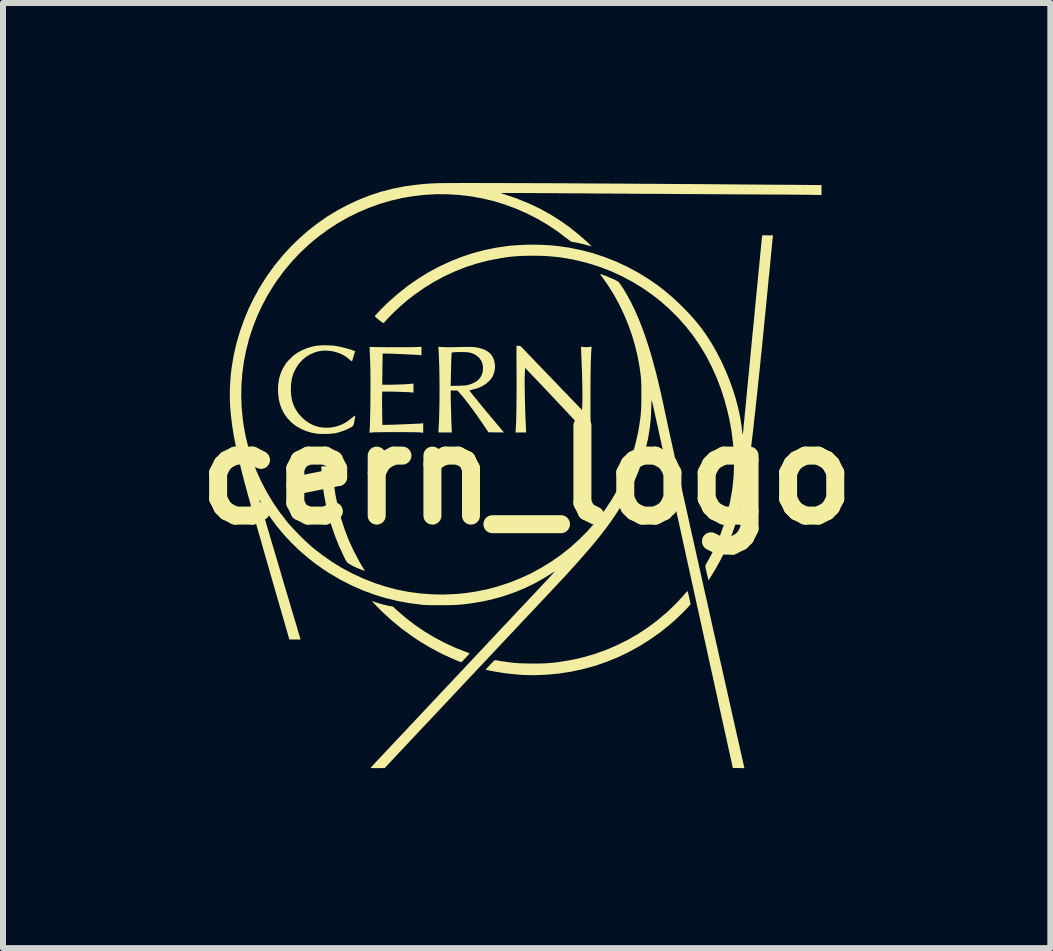
<source format=kicad_pcb>
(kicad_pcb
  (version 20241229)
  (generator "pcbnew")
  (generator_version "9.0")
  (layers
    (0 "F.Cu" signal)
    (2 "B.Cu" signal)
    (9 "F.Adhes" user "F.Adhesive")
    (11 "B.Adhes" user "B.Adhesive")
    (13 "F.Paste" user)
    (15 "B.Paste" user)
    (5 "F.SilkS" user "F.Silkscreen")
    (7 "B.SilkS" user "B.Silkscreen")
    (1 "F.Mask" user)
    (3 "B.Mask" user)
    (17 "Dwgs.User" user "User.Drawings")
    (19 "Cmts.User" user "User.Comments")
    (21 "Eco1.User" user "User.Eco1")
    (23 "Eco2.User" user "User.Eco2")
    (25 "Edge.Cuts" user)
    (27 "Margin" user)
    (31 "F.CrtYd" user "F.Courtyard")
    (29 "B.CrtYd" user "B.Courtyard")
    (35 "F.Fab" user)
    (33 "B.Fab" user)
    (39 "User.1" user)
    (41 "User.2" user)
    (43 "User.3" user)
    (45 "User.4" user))
  (footprint "cern_logo"
    (layer "F.Cu")
    (at 5.729 4.866)
    (property "Reference" "cern_logo" (at 0 0 0) (layer "F.SilkS") (effects (font (size 1.5 1.5) (thickness 0.3))))
    (attr board_only exclude_from_pos_files exclude_from_bom)
    (fp_poly (pts (xy -3.233 -0.066) (xy -3.216 0.132) (xy -3.188 0.329) (xy -3.148 0.525) (xy -3.097 0.718) (xy -3.035 0.908) (xy -2.963 1.094) (xy -2.879 1.275) (xy -2.786 1.45) (xy -2.752 1.509) (xy -2.732 1.542) (xy -2.718 1.565) (xy -2.709 1.581) (xy -2.704 1.591) (xy -2.701 1.597) (xy -2.701 1.599) (xy -2.703 1.599) (xy -2.704 1.599) (xy -2.711 1.597) (xy -2.727 1.591) (xy -2.75 1.582) (xy -2.777 1.572) (xy -2.783 1.569) (xy -2.836 1.547) (xy -2.885 1.524) (xy -2.928 1.502) (xy -2.962 1.482) (xy -2.976 1.472) (xy -2.986 1.464) (xy -2.996 1.453) (xy -3.006 1.437) (xy -3.019 1.416) (xy -3.035 1.386) (xy -3.047 1.361) (xy -3.126 1.191) (xy -3.196 1.016) (xy -3.258 0.836) (xy -3.31 0.653) (xy -3.353 0.468) (xy -3.386 0.284) (xy -3.409 0.1) (xy -3.421 -0.08) (xy -3.421 -0.093) (xy -3.423 -0.144) (xy -3.33 -0.144) (xy -3.237 -0.144)) (stroke (width 0) (type solid)) (fill yes) (layer "F.SilkS"))
    (fp_poly (pts (xy -2.546 2.112) (xy -2.513 2.124) (xy -2.472 2.137) (xy -2.426 2.151) (xy -2.378 2.163) (xy -2.331 2.175) (xy -2.298 2.182) (xy -2.229 2.195) (xy -2.155 2.263) (xy -2.012 2.386) (xy -1.861 2.502) (xy -1.702 2.61) (xy -1.537 2.709) (xy -1.367 2.799) (xy -1.195 2.879) (xy -1.023 2.946) (xy -0.998 2.955) (xy -0.976 2.963) (xy -0.96 2.968) (xy -0.955 2.97) (xy -0.956 2.976) (xy -0.965 2.989) (xy -0.982 3.01) (xy -1.007 3.037) (xy -1.017 3.048) (xy -1.04 3.073) (xy -1.061 3.094) (xy -1.077 3.11) (xy -1.088 3.12) (xy -1.091 3.123) (xy -1.099 3.12) (xy -1.107 3.117) (xy -1.116 3.113) (xy -1.134 3.106) (xy -1.16 3.095) (xy -1.191 3.082) (xy -1.225 3.068) (xy -1.228 3.066) (xy -1.408 2.985) (xy -1.586 2.891) (xy -1.761 2.788) (xy -1.931 2.675) (xy -2.096 2.553) (xy -2.253 2.423) (xy -2.403 2.286) (xy -2.457 2.232) (xy -2.485 2.204) (xy -2.51 2.178) (xy -2.533 2.154) (xy -2.55 2.135) (xy -2.561 2.123) (xy -2.561 2.122) (xy -2.581 2.098)) (stroke (width 0) (type solid)) (fill yes) (layer "F.SilkS"))
    (fp_poly (pts (xy 2.685 1.94) (xy 2.687 1.949) (xy 2.691 1.968) (xy 2.697 1.994) (xy 2.704 2.025) (xy 2.71 2.053) (xy 2.732 2.156) (xy 2.696 2.197) (xy 2.671 2.225) (xy 2.638 2.258) (xy 2.601 2.296) (xy 2.56 2.336) (xy 2.517 2.376) (xy 2.475 2.416) (xy 2.435 2.452) (xy 2.399 2.484) (xy 2.379 2.501) (xy 2.215 2.631) (xy 2.045 2.75) (xy 1.871 2.859) (xy 1.692 2.957) (xy 1.508 3.044) (xy 1.32 3.12) (xy 1.129 3.185) (xy 0.934 3.238) (xy 0.737 3.28) (xy 0.536 3.311) (xy 0.333 3.33) (xy 0.129 3.338) (xy -0.036 3.335) (xy -0.078 3.333) (xy -0.129 3.329) (xy -0.185 3.324) (xy -0.243 3.318) (xy -0.301 3.312) (xy -0.355 3.306) (xy -0.396 3.3) (xy -0.427 3.295) (xy -0.462 3.289) (xy -0.5 3.283) (xy -0.539 3.276) (xy -0.577 3.269) (xy -0.611 3.262) (xy -0.641 3.256) (xy -0.665 3.251) (xy -0.679 3.247) (xy -0.683 3.246) (xy -0.68 3.241) (xy -0.67 3.229) (xy -0.654 3.211) (xy -0.633 3.189) (xy -0.611 3.165) (xy -0.585 3.137) (xy -0.565 3.117) (xy -0.551 3.103) (xy -0.54 3.094) (xy -0.532 3.09) (xy -0.525 3.088) (xy -0.517 3.089) (xy -0.516 3.089) (xy -0.503 3.091) (xy -0.48 3.095) (xy -0.452 3.099) (xy -0.419 3.105) (xy -0.401 3.107) (xy -0.33 3.118) (xy -0.264 3.127) (xy -0.199 3.133) (xy -0.133 3.138) (xy -0.064 3.141) (xy 0.012 3.143) (xy 0.096 3.144) (xy 0.173 3.144) (xy 0.24 3.143) (xy 0.301 3.141) (xy 0.358 3.137) (xy 0.414 3.133) (xy 0.472 3.127) (xy 0.533 3.119) (xy 0.568 3.114) (xy 0.763 3.081) (xy 0.956 3.036) (xy 1.145 2.98) (xy 1.329 2.914) (xy 1.51 2.836) (xy 1.685 2.749) (xy 1.855 2.651) (xy 2.018 2.543) (xy 2.175 2.426) (xy 2.326 2.3) (xy 2.468 2.165) (xy 2.603 2.021) (xy 2.626 1.994) (xy 2.65 1.967) (xy 2.666 1.95) (xy 2.677 1.94) (xy 2.683 1.938)) (stroke (width 0) (type solid)) (fill yes) (layer "F.SilkS"))
    (fp_poly (pts (xy -0.137 -2.151) (xy -0.118 -2.151) (xy -0.106 -2.148) (xy -0.095 -2.14) (xy -0.081 -2.126) (xy -0.078 -2.123) (xy -0.07 -2.114) (xy -0.054 -2.098) (xy -0.031 -2.074) (xy -0.002 -2.043) (xy 0.033 -2.007) (xy 0.073 -1.965) (xy 0.117 -1.919) (xy 0.165 -1.869) (xy 0.216 -1.816) (xy 0.27 -1.76) (xy 0.315 -1.713) (xy 0.373 -1.653) (xy 0.431 -1.593) (xy 0.488 -1.534) (xy 0.543 -1.476) (xy 0.596 -1.421) (xy 0.645 -1.37) (xy 0.691 -1.323) (xy 0.73 -1.281) (xy 0.764 -1.246) (xy 0.791 -1.219) (xy 0.801 -1.208) (xy 0.921 -1.083) (xy 0.926 -1.156) (xy 0.927 -1.185) (xy 0.928 -1.225) (xy 0.928 -1.273) (xy 0.928 -1.329) (xy 0.928 -1.39) (xy 0.927 -1.456) (xy 0.926 -1.526) (xy 0.924 -1.596) (xy 0.923 -1.666) (xy 0.921 -1.735) (xy 0.918 -1.801) (xy 0.916 -1.862) (xy 0.915 -1.884) (xy 0.913 -1.931) (xy 0.911 -1.977) (xy 0.909 -2.018) (xy 0.908 -2.053) (xy 0.907 -2.08) (xy 0.906 -2.098) (xy 0.906 -2.101) (xy 0.906 -2.137) (xy 0.947 -2.132) (xy 0.976 -2.13) (xy 1.008 -2.13) (xy 1.035 -2.132) (xy 1.082 -2.137) (xy 1.078 -2.089) (xy 1.075 -2.035) (xy 1.072 -1.97) (xy 1.069 -1.894) (xy 1.067 -1.807) (xy 1.065 -1.711) (xy 1.064 -1.606) (xy 1.063 -1.493) (xy 1.063 -1.371) (xy 1.063 -1.242) (xy 1.063 -1.172) (xy 1.065 -0.687) (xy 1.032 -0.687) (xy 1.012 -0.688) (xy 0.999 -0.691) (xy 0.989 -0.699) (xy 0.978 -0.713) (xy 0.965 -0.728) (xy 0.944 -0.752) (xy 0.916 -0.783) (xy 0.881 -0.821) (xy 0.84 -0.865) (xy 0.794 -0.915) (xy 0.742 -0.971) (xy 0.687 -1.031) (xy 0.627 -1.095) (xy 0.563 -1.162) (xy 0.497 -1.232) (xy 0.429 -1.305) (xy 0.359 -1.379) (xy 0.288 -1.454) (xy 0.216 -1.53) (xy 0.144 -1.605) (xy 0.111 -1.639) (xy -0.027 -1.784) (xy -0.032 -1.663) (xy -0.033 -1.626) (xy -0.034 -1.579) (xy -0.034 -1.522) (xy -0.033 -1.458) (xy -0.032 -1.388) (xy -0.031 -1.314) (xy -0.029 -1.236) (xy -0.027 -1.157) (xy -0.025 -1.078) (xy -0.022 -1) (xy -0.019 -0.925) (xy -0.016 -0.854) (xy -0.016 -0.849) (xy -0.009 -0.708) (xy -0.098 -0.708) (xy -0.187 -0.708) (xy -0.184 -0.747) (xy -0.181 -0.785) (xy -0.179 -0.834) (xy -0.176 -0.894) (xy -0.174 -0.964) (xy -0.173 -1.043) (xy -0.171 -1.13) (xy -0.17 -1.225) (xy -0.169 -1.327) (xy -0.169 -1.435) (xy -0.169 -1.548) (xy -0.169 -1.661) (xy -0.171 -2.151)) (stroke (width 0) (type solid)) (fill yes) (layer "F.SilkS"))
    (fp_poly (pts (xy -3.319 -2.16) (xy -3.262 -2.158) (xy -3.208 -2.153) (xy -3.162 -2.147) (xy -3.159 -2.146) (xy -3.101 -2.134) (xy -3.042 -2.12) (xy -2.986 -2.105) (xy -2.937 -2.09) (xy -2.903 -2.078) (xy -2.857 -2.061) (xy -2.874 -2.014) (xy -2.883 -1.987) (xy -2.892 -1.958) (xy -2.898 -1.934) (xy -2.899 -1.933) (xy -2.904 -1.914) (xy -2.909 -1.9) (xy -2.913 -1.895) (xy -2.921 -1.898) (xy -2.934 -1.907) (xy -2.95 -1.92) (xy -3.011 -1.97) (xy -3.08 -2.01) (xy -3.155 -2.04) (xy -3.235 -2.061) (xy -3.32 -2.071) (xy -3.321 -2.071) (xy -3.379 -2.072) (xy -3.433 -2.067) (xy -3.486 -2.056) (xy -3.536 -2.041) (xy -3.607 -2.011) (xy -3.671 -1.973) (xy -3.73 -1.925) (xy -3.744 -1.911) (xy -3.802 -1.847) (xy -3.848 -1.776) (xy -3.885 -1.7) (xy -3.911 -1.617) (xy -3.926 -1.529) (xy -3.929 -1.494) (xy -3.931 -1.399) (xy -3.924 -1.311) (xy -3.908 -1.23) (xy -3.882 -1.154) (xy -3.846 -1.084) (xy -3.8 -1.018) (xy -3.75 -0.962) (xy -3.686 -0.905) (xy -3.617 -0.859) (xy -3.545 -0.824) (xy -3.469 -0.8) (xy -3.389 -0.788) (xy -3.305 -0.787) (xy -3.281 -0.789) (xy -3.209 -0.799) (xy -3.142 -0.817) (xy -3.077 -0.842) (xy -3.015 -0.876) (xy -2.951 -0.92) (xy -2.897 -0.964) (xy -2.877 -0.98) (xy -2.865 -0.987) (xy -2.859 -0.986) (xy -2.859 -0.986) (xy -2.859 -0.977) (xy -2.861 -0.96) (xy -2.865 -0.935) (xy -2.87 -0.906) (xy -2.871 -0.9) (xy -2.877 -0.867) (xy -2.883 -0.844) (xy -2.89 -0.827) (xy -2.899 -0.814) (xy -2.914 -0.803) (xy -2.935 -0.79) (xy -2.964 -0.775) (xy -3.007 -0.754) (xy -3.058 -0.734) (xy -3.112 -0.716) (xy -3.165 -0.701) (xy -3.186 -0.696) (xy -3.211 -0.692) (xy -3.245 -0.689) (xy -3.285 -0.686) (xy -3.329 -0.684) (xy -3.374 -0.683) (xy -3.418 -0.683) (xy -3.457 -0.684) (xy -3.489 -0.686) (xy -3.501 -0.688) (xy -3.592 -0.705) (xy -3.68 -0.732) (xy -3.763 -0.768) (xy -3.839 -0.811) (xy -3.907 -0.862) (xy -3.924 -0.877) (xy -3.986 -0.943) (xy -4.039 -1.015) (xy -4.08 -1.092) (xy -4.112 -1.176) (xy -4.133 -1.266) (xy -4.144 -1.362) (xy -4.146 -1.422) (xy -4.141 -1.518) (xy -4.126 -1.608) (xy -4.101 -1.693) (xy -4.065 -1.774) (xy -4.02 -1.848) (xy -3.995 -1.881) (xy -3.962 -1.917) (xy -3.927 -1.953) (xy -3.89 -1.987) (xy -3.861 -2.01) (xy -3.808 -2.045) (xy -3.745 -2.078) (xy -3.677 -2.107) (xy -3.605 -2.131) (xy -3.535 -2.148) (xy -3.528 -2.149) (xy -3.486 -2.155) (xy -3.435 -2.159) (xy -3.378 -2.161)) (stroke (width 0) (type solid)) (fill yes) (layer "F.SilkS"))
    (fp_poly (pts (xy -1.4 -2.131) (xy -1.375 -2.13) (xy -1.34 -2.129) (xy -1.298 -2.129) (xy -1.251 -2.129) (xy -1.202 -2.13) (xy -1.158 -2.131) (xy -1.093 -2.132) (xy -1.038 -2.133) (xy -0.992 -2.134) (xy -0.954 -2.133) (xy -0.922 -2.133) (xy -0.895 -2.132) (xy -0.871 -2.13) (xy -0.849 -2.127) (xy -0.828 -2.124) (xy -0.827 -2.124) (xy -0.756 -2.107) (xy -0.695 -2.084) (xy -0.643 -2.053) (xy -0.6 -2.015) (xy -0.568 -1.97) (xy -0.545 -1.918) (xy -0.532 -1.86) (xy -0.528 -1.806) (xy -0.531 -1.763) (xy -0.54 -1.718) (xy -0.553 -1.674) (xy -0.568 -1.639) (xy -0.596 -1.598) (xy -0.634 -1.557) (xy -0.679 -1.519) (xy -0.73 -1.486) (xy -0.779 -1.461) (xy -0.804 -1.451) (xy -0.836 -1.441) (xy -0.87 -1.431) (xy -0.903 -1.422) (xy -0.931 -1.415) (xy -0.948 -1.412) (xy -0.951 -1.411) (xy -0.951 -1.408) (xy -0.949 -1.402) (xy -0.943 -1.392) (xy -0.933 -1.378) (xy -0.919 -1.359) (xy -0.899 -1.334) (xy -0.873 -1.302) (xy -0.84 -1.262) (xy -0.807 -1.221) (xy -0.767 -1.172) (xy -0.723 -1.119) (xy -0.678 -1.065) (xy -0.633 -1.011) (xy -0.591 -0.96) (xy -0.553 -0.915) (xy -0.528 -0.886) (xy -0.498 -0.849) (xy -0.469 -0.815) (xy -0.443 -0.785) (xy -0.422 -0.759) (xy -0.405 -0.739) (xy -0.395 -0.727) (xy -0.392 -0.724) (xy -0.38 -0.708) (xy -0.508 -0.709) (xy -0.637 -0.71) (xy -0.719 -0.832) (xy -0.799 -0.948) (xy -0.874 -1.055) (xy -0.946 -1.152) (xy -1.012 -1.238) (xy -1.074 -1.315) (xy -1.122 -1.37) (xy -1.155 -1.407) (xy -1.211 -1.407) (xy -1.266 -1.407) (xy -1.266 -1.325) (xy -1.266 -1.291) (xy -1.265 -1.248) (xy -1.264 -1.197) (xy -1.263 -1.141) (xy -1.261 -1.082) (xy -1.259 -1.022) (xy -1.258 -0.963) (xy -1.256 -0.907) (xy -1.254 -0.857) (xy -1.252 -0.815) (xy -1.251 -0.782) (xy -1.251 -0.782) (xy -1.247 -0.708) (xy -1.359 -0.708) (xy -1.471 -0.708) (xy -1.468 -0.78) (xy -1.461 -0.916) (xy -1.457 -1.062) (xy -1.454 -1.214) (xy -1.453 -1.37) (xy -1.453 -1.484) (xy -1.267 -1.484) (xy -1.142 -1.487) (xy -1.096 -1.488) (xy -1.06 -1.489) (xy -1.031 -1.491) (xy -1.008 -1.494) (xy -0.987 -1.498) (xy -0.969 -1.502) (xy -0.904 -1.524) (xy -0.85 -1.552) (xy -0.805 -1.586) (xy -0.771 -1.627) (xy -0.746 -1.675) (xy -0.732 -1.729) (xy -0.731 -1.733) (xy -0.728 -1.791) (xy -0.735 -1.845) (xy -0.753 -1.894) (xy -0.781 -1.938) (xy -0.818 -1.976) (xy -0.864 -2.007) (xy -0.918 -2.03) (xy -0.957 -2.04) (xy -0.982 -2.044) (xy -1.015 -2.046) (xy -1.055 -2.048) (xy -1.098 -2.048) (xy -1.142 -2.048) (xy -1.183 -2.046) (xy -1.212 -2.044) (xy -1.251 -2.04) (xy -1.255 -1.956) (xy -1.256 -1.928) (xy -1.257 -1.891) (xy -1.259 -1.847) (xy -1.26 -1.797) (xy -1.261 -1.745) (xy -1.263 -1.693) (xy -1.263 -1.678) (xy -1.267 -1.484) (xy -1.453 -1.484) (xy -1.453 -1.527) (xy -1.455 -1.683) (xy -1.458 -1.834) (xy -1.464 -1.978) (xy -1.468 -2.061) (xy -1.472 -2.136)) (stroke (width 0) (type solid)) (fill yes) (layer "F.SilkS"))
    (fp_poly (pts (xy -1.754 -2.065) (xy -1.754 -1.994) (xy -1.791 -1.998) (xy -1.817 -2) (xy -1.851 -2.002) (xy -1.892 -2.004) (xy -1.938 -2.007) (xy -1.988 -2.009) (xy -2.04 -2.012) (xy -2.094 -2.014) (xy -2.147 -2.016) (xy -2.199 -2.018) (xy -2.248 -2.02) (xy -2.292 -2.021) (xy -2.33 -2.022) (xy -2.362 -2.022) (xy -2.384 -2.022) (xy -2.397 -2.022) (xy -2.4 -2.021) (xy -2.4 -2.015) (xy -2.401 -1.998) (xy -2.402 -1.971) (xy -2.402 -1.937) (xy -2.403 -1.895) (xy -2.404 -1.847) (xy -2.405 -1.795) (xy -2.405 -1.761) (xy -2.408 -1.503) (xy -2.295 -1.503) (xy -2.235 -1.504) (xy -2.168 -1.506) (xy -2.099 -1.508) (xy -2.032 -1.511) (xy -1.969 -1.515) (xy -1.929 -1.519) (xy -1.887 -1.522) (xy -1.887 -1.447) (xy -1.887 -1.371) (xy -1.905 -1.374) (xy -1.919 -1.376) (xy -1.942 -1.377) (xy -1.974 -1.379) (xy -2.012 -1.381) (xy -2.055 -1.382) (xy -2.101 -1.384) (xy -2.148 -1.386) (xy -2.194 -1.387) (xy -2.238 -1.388) (xy -2.276 -1.389) (xy -2.309 -1.389) (xy -2.311 -1.389) (xy -2.405 -1.389) (xy -2.41 -1.349) (xy -2.41 -1.337) (xy -2.41 -1.316) (xy -2.411 -1.286) (xy -2.411 -1.25) (xy -2.411 -1.208) (xy -2.41 -1.163) (xy -2.41 -1.115) (xy -2.409 -1.067) (xy -2.409 -1.02) (xy -2.408 -0.974) (xy -2.408 -0.933) (xy -2.407 -0.897) (xy -2.406 -0.867) (xy -2.405 -0.846) (xy -2.404 -0.835) (xy -2.404 -0.833) (xy -2.397 -0.833) (xy -2.38 -0.833) (xy -2.353 -0.834) (xy -2.319 -0.834) (xy -2.277 -0.836) (xy -2.231 -0.837) (xy -2.18 -0.839) (xy -2.127 -0.841) (xy -2.073 -0.843) (xy -2.018 -0.845) (xy -1.965 -0.847) (xy -1.915 -0.85) (xy -1.869 -0.852) (xy -1.828 -0.854) (xy -1.795 -0.855) (xy -1.769 -0.857) (xy -1.752 -0.858) (xy -1.749 -0.859) (xy -1.725 -0.862) (xy -1.725 -0.783) (xy -1.725 -0.704) (xy -1.791 -0.709) (xy -1.813 -0.71) (xy -1.846 -0.711) (xy -1.887 -0.712) (xy -1.936 -0.712) (xy -1.991 -0.713) (xy -2.051 -0.713) (xy -2.113 -0.713) (xy -2.177 -0.713) (xy -2.241 -0.713) (xy -2.303 -0.713) (xy -2.361 -0.713) (xy -2.416 -0.712) (xy -2.464 -0.711) (xy -2.504 -0.711) (xy -2.536 -0.71) (xy -2.554 -0.709) (xy -2.621 -0.704) (xy -2.619 -0.736) (xy -2.616 -0.772) (xy -2.614 -0.819) (xy -2.612 -0.874) (xy -2.61 -0.939) (xy -2.609 -1.009) (xy -2.607 -1.086) (xy -2.606 -1.166) (xy -2.605 -1.25) (xy -2.605 -1.334) (xy -2.604 -1.42) (xy -2.604 -1.504) (xy -2.604 -1.585) (xy -2.605 -1.664) (xy -2.606 -1.737) (xy -2.607 -1.804) (xy -2.608 -1.863) (xy -2.61 -1.913) (xy -2.61 -1.914) (xy -2.613 -1.972) (xy -2.615 -2.018) (xy -2.616 -2.055) (xy -2.617 -2.083) (xy -2.618 -2.104) (xy -2.618 -2.119) (xy -2.617 -2.128) (xy -2.616 -2.133) (xy -2.615 -2.135) (xy -2.613 -2.135) (xy -2.61 -2.134) (xy -2.61 -2.134) (xy -2.601 -2.133) (xy -2.581 -2.132) (xy -2.551 -2.132) (xy -2.513 -2.131) (xy -2.469 -2.131) (xy -2.419 -2.13) (xy -2.364 -2.13) (xy -2.307 -2.129) (xy -2.248 -2.129) (xy -2.189 -2.129) (xy -2.13 -2.129) (xy -2.074 -2.129) (xy -2.021 -2.129) (xy -1.973 -2.129) (xy -1.931 -2.13) (xy -1.896 -2.13) (xy -1.87 -2.131) (xy -1.862 -2.131) (xy -1.754 -2.136)) (stroke (width 0) (type solid)) (fill yes) (layer "F.SilkS"))
    (fp_poly (pts (xy 4.102 -3.965) (xy 4.1 -3.952) (xy 4.098 -3.93) (xy 4.095 -3.898) (xy 4.091 -3.859) (xy 4.087 -3.814) (xy 4.082 -3.765) (xy 4.077 -3.714) (xy 4.072 -3.661) (xy 4.067 -3.609) (xy 4.063 -3.561) (xy 4.058 -3.517) (xy 4.055 -3.48) (xy 4.052 -3.452) (xy 4.05 -3.435) (xy 4.048 -3.417) (xy 4.046 -3.389) (xy 4.042 -3.352) (xy 4.037 -3.307) (xy 4.032 -3.257) (xy 4.027 -3.202) (xy 4.021 -3.144) (xy 4.017 -3.099) (xy 3.992 -2.844) (xy 3.968 -2.601) (xy 3.945 -2.368) (xy 3.923 -2.146) (xy 3.901 -1.935) (xy 3.881 -1.736) (xy 3.861 -1.548) (xy 3.843 -1.371) (xy 3.825 -1.206) (xy 3.808 -1.052) (xy 3.792 -0.909) (xy 3.778 -0.778) (xy 3.764 -0.659) (xy 3.751 -0.552) (xy 3.739 -0.456) (xy 3.728 -0.372) (xy 3.718 -0.3) (xy 3.717 -0.291) (xy 3.688 -0.103) (xy 3.659 0.073) (xy 3.627 0.24) (xy 3.594 0.397) (xy 3.558 0.546) (xy 3.52 0.688) (xy 3.479 0.823) (xy 3.435 0.952) (xy 3.388 1.077) (xy 3.337 1.198) (xy 3.282 1.316) (xy 3.223 1.432) (xy 3.159 1.547) (xy 3.09 1.662) (xy 3.089 1.665) (xy 3.068 1.698) (xy 3.053 1.722) (xy 3.043 1.739) (xy 3.036 1.749) (xy 3.032 1.753) (xy 3.03 1.754) (xy 3.029 1.752) (xy 3.028 1.748) (xy 3.025 1.739) (xy 3.02 1.72) (xy 3.014 1.694) (xy 3.007 1.664) (xy 3 1.632) (xy 2.993 1.6) (xy 2.987 1.57) (xy 2.981 1.545) (xy 2.978 1.526) (xy 2.976 1.517) (xy 2.976 1.517) (xy 2.979 1.508) (xy 2.987 1.492) (xy 2.998 1.471) (xy 3.007 1.456) (xy 3.09 1.305) (xy 3.166 1.145) (xy 3.235 0.978) (xy 3.295 0.805) (xy 3.346 0.628) (xy 3.389 0.448) (xy 3.422 0.268) (xy 3.432 0.195) (xy 3.449 0.019) (xy 3.456 -0.16) (xy 3.453 -0.343) (xy 3.439 -0.528) (xy 3.416 -0.715) (xy 3.383 -0.902) (xy 3.341 -1.087) (xy 3.29 -1.271) (xy 3.231 -1.452) (xy 3.162 -1.629) (xy 3.085 -1.8) (xy 3 -1.966) (xy 2.977 -2.008) (xy 2.875 -2.174) (xy 2.764 -2.334) (xy 2.644 -2.485) (xy 2.515 -2.629) (xy 2.378 -2.765) (xy 2.234 -2.893) (xy 2.082 -3.011) (xy 1.923 -3.121) (xy 1.758 -3.221) (xy 1.587 -3.312) (xy 1.411 -3.393) (xy 1.229 -3.463) (xy 1.043 -3.523) (xy 0.853 -3.572) (xy 0.765 -3.591) (xy 0.656 -3.611) (xy 0.552 -3.627) (xy 0.45 -3.638) (xy 0.347 -3.647) (xy 0.239 -3.652) (xy 0.123 -3.654) (xy 0.105 -3.654) (xy 0.019 -3.653) (xy -0.058 -3.651) (xy -0.13 -3.648) (xy -0.198 -3.643) (xy -0.266 -3.637) (xy -0.337 -3.628) (xy -0.413 -3.616) (xy -0.444 -3.611) (xy -0.636 -3.574) (xy -0.824 -3.526) (xy -1.01 -3.466) (xy -1.192 -3.394) (xy -1.37 -3.312) (xy -1.542 -3.22) (xy -1.709 -3.117) (xy -1.87 -3.004) (xy -1.883 -2.994) (xy -1.966 -2.93) (xy -2.049 -2.861) (xy -2.13 -2.789) (xy -2.206 -2.718) (xy -2.276 -2.649) (xy -2.319 -2.603) (xy -2.342 -2.578) (xy -2.361 -2.557) (xy -2.377 -2.541) (xy -2.387 -2.532) (xy -2.39 -2.53) (xy -2.397 -2.533) (xy -2.411 -2.543) (xy -2.429 -2.557) (xy -2.451 -2.573) (xy -2.473 -2.592) (xy -2.495 -2.609) (xy -2.513 -2.625) (xy -2.526 -2.637) (xy -2.532 -2.643) (xy -2.532 -2.644) (xy -2.528 -2.651) (xy -2.517 -2.665) (xy -2.499 -2.685) (xy -2.476 -2.71) (xy -2.45 -2.738) (xy -2.42 -2.768) (xy -2.39 -2.799) (xy -2.359 -2.83) (xy -2.329 -2.859) (xy -2.301 -2.886) (xy -2.299 -2.887) (xy -2.142 -3.025) (xy -1.98 -3.153) (xy -1.811 -3.27) (xy -1.638 -3.377) (xy -1.46 -3.473) (xy -1.277 -3.558) (xy -1.091 -3.632) (xy -0.9 -3.696) (xy -0.706 -3.747) (xy -0.508 -3.788) (xy -0.307 -3.817) (xy -0.285 -3.819) (xy -0.127 -3.832) (xy 0.038 -3.838) (xy 0.206 -3.837) (xy 0.372 -3.829) (xy 0.515 -3.816) (xy 0.713 -3.787) (xy 0.91 -3.747) (xy 1.104 -3.696) (xy 1.295 -3.633) (xy 1.483 -3.559) (xy 1.666 -3.475) (xy 1.845 -3.38) (xy 2.017 -3.275) (xy 2.184 -3.16) (xy 2.207 -3.143) (xy 2.306 -3.066) (xy 2.406 -2.981) (xy 2.506 -2.89) (xy 2.605 -2.795) (xy 2.699 -2.697) (xy 2.787 -2.6) (xy 2.868 -2.503) (xy 2.912 -2.447) (xy 3.002 -2.32) (xy 3.088 -2.185) (xy 3.169 -2.042) (xy 3.245 -1.893) (xy 3.315 -1.74) (xy 3.379 -1.584) (xy 3.436 -1.426) (xy 3.485 -1.269) (xy 3.526 -1.112) (xy 3.559 -0.958) (xy 3.582 -0.808) (xy 3.592 -0.722) (xy 3.594 -0.7) (xy 3.597 -0.685) (xy 3.6 -0.678) (xy 3.6 -0.678) (xy 3.603 -0.685) (xy 3.605 -0.701) (xy 3.608 -0.723) (xy 3.609 -0.733) (xy 3.611 -0.757) (xy 3.614 -0.789) (xy 3.617 -0.827) (xy 3.621 -0.867) (xy 3.625 -0.903) (xy 3.628 -0.934) (xy 3.632 -0.975) (xy 3.636 -1.024) (xy 3.642 -1.08) (xy 3.648 -1.14) (xy 3.654 -1.202) (xy 3.66 -1.265) (xy 3.663 -1.302) (xy 3.669 -1.363) (xy 3.675 -1.423) (xy 3.68 -1.481) (xy 3.686 -1.536) (xy 3.69 -1.584) (xy 3.694 -1.626) (xy 3.698 -1.658) (xy 3.699 -1.674) (xy 3.702 -1.699) (xy 3.705 -1.734) (xy 3.709 -1.778) (xy 3.714 -1.829) (xy 3.72 -1.884) (xy 3.725 -1.943) (xy 3.731 -2.004) (xy 3.735 -2.046) (xy 3.741 -2.107) (xy 3.747 -2.167) (xy 3.752 -2.225) (xy 3.758 -2.28) (xy 3.762 -2.328) (xy 3.766 -2.37) (xy 3.77 -2.402) (xy 3.771 -2.418) (xy 3.773 -2.44) (xy 3.777 -2.472) (xy 3.781 -2.514) (xy 3.786 -2.564) (xy 3.791 -2.62) (xy 3.797 -2.683) (xy 3.803 -2.749) (xy 3.81 -2.819) (xy 3.817 -2.89) (xy 3.819 -2.913) (xy 3.826 -2.985) (xy 3.833 -3.055) (xy 3.839 -3.122) (xy 3.846 -3.186) (xy 3.851 -3.245) (xy 3.856 -3.297) (xy 3.861 -3.342) (xy 3.864 -3.377) (xy 3.867 -3.402) (xy 3.867 -3.408) (xy 3.87 -3.436) (xy 3.874 -3.474) (xy 3.878 -3.519) (xy 3.883 -3.569) (xy 3.888 -3.624) (xy 3.894 -3.679) (xy 3.897 -3.717) (xy 3.902 -3.769) (xy 3.907 -3.817) (xy 3.911 -3.862) (xy 3.915 -3.9) (xy 3.918 -3.931) (xy 3.921 -3.953) (xy 3.922 -3.965) (xy 3.925 -3.993) (xy 4.015 -3.993) (xy 4.105 -3.993)) (stroke (width 0) (type solid)) (fill yes) (layer "F.SilkS"))
    (fp_poly (pts (xy -0.873 -4.866) (xy -0.76 -4.865) (xy -0.657 -4.865) (xy -0.537 -4.865) (xy -0.405 -4.865) (xy -0.261 -4.864) (xy -0.108 -4.864) (xy 0.056 -4.863) (xy 0.229 -4.862) (xy 0.411 -4.862) (xy 0.602 -4.861) (xy 0.801 -4.86) (xy 1.008 -4.858) (xy 1.222 -4.857) (xy 1.443 -4.856) (xy 1.669 -4.855) (xy 1.902 -4.853) (xy 2.14 -4.852) (xy 2.382 -4.85) (xy 2.629 -4.848) (xy 2.879 -4.847) (xy 3.133 -4.845) (xy 3.39 -4.843) (xy 3.648 -4.841) (xy 3.909 -4.839) (xy 4.171 -4.837) (xy 4.397 -4.836) (xy 4.914 -4.831) (xy 4.914 -4.748) (xy 4.914 -4.665) (xy 4.748 -4.668) (xy 4.718 -4.669) (xy 4.677 -4.669) (xy 4.627 -4.67) (xy 4.568 -4.67) (xy 4.501 -4.671) (xy 4.428 -4.671) (xy 4.349 -4.672) (xy 4.266 -4.673) (xy 4.18 -4.673) (xy 4.091 -4.674) (xy 4.002 -4.674) (xy 3.96 -4.674) (xy 3.839 -4.675) (xy 3.707 -4.676) (xy 3.564 -4.676) (xy 3.412 -4.677) (xy 3.251 -4.678) (xy 3.082 -4.679) (xy 2.906 -4.68) (xy 2.723 -4.681) (xy 2.535 -4.682) (xy 2.342 -4.684) (xy 2.145 -4.685) (xy 1.945 -4.686) (xy 1.742 -4.687) (xy 1.538 -4.689) (xy 1.333 -4.69) (xy 1.129 -4.691) (xy 0.925 -4.693) (xy 0.722 -4.694) (xy 0.522 -4.695) (xy 0.484 -4.696) (xy 0.38 -4.696) (xy 0.28 -4.697) (xy 0.183 -4.697) (xy 0.092 -4.698) (xy 0.005 -4.698) (xy -0.076 -4.699) (xy -0.15 -4.699) (xy -0.217 -4.699) (xy -0.276 -4.699) (xy -0.326 -4.7) (xy -0.367 -4.7) (xy -0.399 -4.699) (xy -0.42 -4.699) (xy -0.43 -4.699) (xy -0.43 -4.699) (xy -0.426 -4.696) (xy -0.412 -4.691) (xy -0.391 -4.684) (xy -0.365 -4.675) (xy -0.362 -4.674) (xy -0.165 -4.607) (xy 0.026 -4.53) (xy 0.211 -4.443) (xy 0.388 -4.346) (xy 0.56 -4.238) (xy 0.725 -4.121) (xy 0.883 -3.993) (xy 1.003 -3.887) (xy 1.028 -3.863) (xy 1.051 -3.841) (xy 1.068 -3.825) (xy 1.08 -3.813) (xy 1.084 -3.809) (xy 1.084 -3.809) (xy 1.078 -3.81) (xy 1.063 -3.814) (xy 1.041 -3.82) (xy 1.014 -3.828) (xy 1.011 -3.829) (xy 0.983 -3.836) (xy 0.95 -3.845) (xy 0.913 -3.853) (xy 0.875 -3.862) (xy 0.839 -3.87) (xy 0.805 -3.877) (xy 0.778 -3.882) (xy 0.758 -3.885) (xy 0.751 -3.885) (xy 0.742 -3.889) (xy 0.726 -3.899) (xy 0.705 -3.914) (xy 0.682 -3.932) (xy 0.677 -3.935) (xy 0.517 -4.057) (xy 0.35 -4.168) (xy 0.179 -4.269) (xy 0.004 -4.358) (xy -0.176 -4.437) (xy -0.36 -4.505) (xy -0.546 -4.563) (xy -0.736 -4.608) (xy -0.928 -4.643) (xy -1.122 -4.666) (xy -1.317 -4.678) (xy -1.514 -4.679) (xy -1.711 -4.667) (xy -1.908 -4.644) (xy -2.067 -4.617) (xy -2.259 -4.573) (xy -2.447 -4.518) (xy -2.631 -4.452) (xy -2.811 -4.375) (xy -2.986 -4.288) (xy -3.156 -4.191) (xy -3.319 -4.084) (xy -3.476 -3.968) (xy -3.627 -3.843) (xy -3.77 -3.709) (xy -3.906 -3.566) (xy -4.033 -3.416) (xy -4.151 -3.257) (xy -4.214 -3.165) (xy -4.319 -2.994) (xy -4.413 -2.818) (xy -4.496 -2.637) (xy -4.568 -2.452) (xy -4.629 -2.263) (xy -4.678 -2.07) (xy -4.713 -1.892) (xy -4.739 -1.704) (xy -4.754 -1.511) (xy -4.758 -1.317) (xy -4.751 -1.123) (xy -4.732 -0.929) (xy -4.719 -0.831) (xy -4.683 -0.636) (xy -4.635 -0.444) (xy -4.577 -0.256) (xy -4.507 -0.072) (xy -4.425 0.109) (xy -4.333 0.284) (xy -4.231 0.455) (xy -4.117 0.621) (xy -3.993 0.781) (xy -3.967 0.813) (xy -3.933 0.851) (xy -3.893 0.895) (xy -3.847 0.943) (xy -3.799 0.993) (xy -3.749 1.043) (xy -3.699 1.091) (xy -3.651 1.136) (xy -3.608 1.175) (xy -3.573 1.206) (xy -3.413 1.331) (xy -3.248 1.447) (xy -3.077 1.552) (xy -2.902 1.645) (xy -2.723 1.728) (xy -2.54 1.8) (xy -2.354 1.861) (xy -2.164 1.911) (xy -1.972 1.949) (xy -1.778 1.975) (xy -1.581 1.99) (xy -1.383 1.994) (xy -1.183 1.985) (xy -1.056 1.974) (xy -0.86 1.946) (xy -0.667 1.908) (xy -0.477 1.857) (xy -0.29 1.796) (xy -0.108 1.724) (xy 0.069 1.642) (xy 0.241 1.549) (xy 0.408 1.446) (xy 0.569 1.334) (xy 0.723 1.212) (xy 0.87 1.08) (xy 1.01 0.94) (xy 1.142 0.791) (xy 1.186 0.738) (xy 1.306 0.579) (xy 1.416 0.413) (xy 1.516 0.241) (xy 1.605 0.064) (xy 1.683 -0.118) (xy 1.751 -0.304) (xy 1.807 -0.495) (xy 1.852 -0.689) (xy 1.869 -0.78) (xy 1.879 -0.844) (xy 1.888 -0.901) (xy 1.895 -0.955) (xy 1.901 -1.007) (xy 1.905 -1.06) (xy 1.908 -1.116) (xy 1.91 -1.177) (xy 1.911 -1.245) (xy 1.911 -1.322) (xy 1.911 -1.329) (xy 1.911 -1.395) (xy 1.911 -1.45) (xy 1.91 -1.498) (xy 1.909 -1.539) (xy 1.907 -1.577) (xy 1.905 -1.612) (xy 1.901 -1.647) (xy 1.897 -1.685) (xy 1.891 -1.726) (xy 1.885 -1.773) (xy 1.884 -1.782) (xy 1.852 -1.962) (xy 1.809 -2.143) (xy 1.757 -2.323) (xy 1.694 -2.5) (xy 1.622 -2.674) (xy 1.541 -2.843) (xy 1.452 -3.006) (xy 1.355 -3.161) (xy 1.271 -3.28) (xy 1.254 -3.304) (xy 1.239 -3.324) (xy 1.229 -3.339) (xy 1.224 -3.347) (xy 1.224 -3.347) (xy 1.229 -3.348) (xy 1.244 -3.344) (xy 1.266 -3.337) (xy 1.294 -3.326) (xy 1.327 -3.314) (xy 1.362 -3.299) (xy 1.398 -3.284) (xy 1.434 -3.269) (xy 1.464 -3.255) (xy 1.491 -3.241) (xy 1.511 -3.231) (xy 1.525 -3.221) (xy 1.537 -3.21) (xy 1.549 -3.194) (xy 1.563 -3.174) (xy 1.624 -3.082) (xy 1.685 -2.979) (xy 1.744 -2.867) (xy 1.803 -2.746) (xy 1.859 -2.618) (xy 1.913 -2.483) (xy 1.926 -2.448) (xy 1.962 -2.35) (xy 1.996 -2.251) (xy 2.029 -2.15) (xy 2.061 -2.047) (xy 2.092 -1.939) (xy 2.123 -1.826) (xy 2.155 -1.707) (xy 2.186 -1.58) (xy 2.218 -1.445) (xy 2.251 -1.3) (xy 2.285 -1.144) (xy 2.286 -1.137) (xy 2.306 -1.045) (xy 2.324 -0.962) (xy 2.34 -0.886) (xy 2.355 -0.815) (xy 2.37 -0.748) (xy 2.384 -0.681) (xy 2.399 -0.614) (xy 2.415 -0.543) (xy 2.431 -0.467) (xy 2.45 -0.384) (xy 2.47 -0.291) (xy 2.471 -0.285) (xy 2.496 -0.174) (xy 2.523 -0.053) (xy 2.552 0.078) (xy 2.583 0.219) (xy 2.616 0.368) (xy 2.651 0.524) (xy 2.687 0.687) (xy 2.724 0.856) (xy 2.763 1.029) (xy 2.803 1.206) (xy 2.843 1.387) (xy 2.884 1.57) (xy 2.925 1.754) (xy 2.966 1.939) (xy 3.008 2.123) (xy 3.049 2.307) (xy 3.089 2.488) (xy 3.129 2.667) (xy 3.169 2.841) (xy 3.207 3.012) (xy 3.231 3.12) (xy 3.247 3.189) (xy 3.264 3.265) (xy 3.282 3.344) (xy 3.3 3.425) (xy 3.317 3.503) (xy 3.334 3.576) (xy 3.348 3.641) (xy 3.351 3.654) (xy 3.366 3.718) (xy 3.381 3.787) (xy 3.397 3.859) (xy 3.413 3.93) (xy 3.428 3.997) (xy 3.442 4.059) (xy 3.453 4.107) (xy 3.465 4.16) (xy 3.479 4.222) (xy 3.494 4.29) (xy 3.51 4.361) (xy 3.527 4.433) (xy 3.542 4.502) (xy 3.556 4.563) (xy 3.568 4.618) (xy 3.58 4.671) (xy 3.591 4.719) (xy 3.601 4.763) (xy 3.609 4.8) (xy 3.616 4.828) (xy 3.62 4.847) (xy 3.621 4.853) (xy 3.629 4.888) (xy 3.532 4.886) (xy 3.435 4.884) (xy 3.414 4.785) (xy 3.403 4.736) (xy 3.391 4.681) (xy 3.377 4.62) (xy 3.362 4.551) (xy 3.346 4.476) (xy 3.327 4.392) (xy 3.307 4.3) (xy 3.285 4.199) (xy 3.26 4.087) (xy 3.233 3.966) (xy 3.204 3.834) (xy 3.186 3.751) (xy 3.166 3.658) (xy 3.143 3.558) (xy 3.12 3.451) (xy 3.096 3.341) (xy 3.071 3.229) (xy 3.046 3.117) (xy 3.022 3.007) (xy 2.999 2.901) (xy 2.977 2.801) (xy 2.967 2.757) (xy 2.947 2.666) (xy 2.926 2.571) (xy 2.905 2.475) (xy 2.884 2.378) (xy 2.863 2.282) (xy 2.842 2.19) (xy 2.823 2.101) (xy 2.805 2.019) (xy 2.788 1.943) (xy 2.774 1.877) (xy 2.763 1.83) (xy 2.747 1.757) (xy 2.73 1.679) (xy 2.712 1.598) (xy 2.694 1.517) (xy 2.677 1.437) (xy 2.66 1.363) (xy 2.645 1.294) (xy 2.632 1.235) (xy 2.631 1.23) (xy 2.603 1.102) (xy 2.573 0.964) (xy 2.541 0.818) (xy 2.507 0.667) (xy 2.473 0.511) (xy 2.438 0.354) (xy 2.404 0.196) (xy 2.369 0.041) (xy 2.343 -0.078) (xy 2.32 -0.182) (xy 2.297 -0.286) (xy 2.275 -0.389) (xy 2.252 -0.491) (xy 2.23 -0.59) (xy 2.209 -0.685) (xy 2.19 -0.775) (xy 2.171 -0.86) (xy 2.154 -0.937) (xy 2.139 -1.006) (xy 2.126 -1.066) (xy 2.115 -1.116) (xy 2.111 -1.133) (xy 2.103 -1.167) (xy 2.096 -1.198) (xy 2.09 -1.222) (xy 2.085 -1.239) (xy 2.083 -1.245) (xy 2.082 -1.245) (xy 2.081 -1.239) (xy 2.08 -1.224) (xy 2.079 -1.2) (xy 2.078 -1.169) (xy 2.077 -1.136) (xy 2.07 -0.957) (xy 2.051 -0.777) (xy 2.021 -0.597) (xy 1.979 -0.417) (xy 1.928 -0.239) (xy 1.865 -0.064) (xy 1.793 0.108) (xy 1.715 0.267) (xy 1.67 0.35) (xy 1.625 0.431) (xy 1.578 0.51) (xy 1.529 0.59) (xy 1.477 0.669) (xy 1.423 0.749) (xy 1.365 0.83) (xy 1.303 0.913) (xy 1.237 0.999) (xy 1.166 1.087) (xy 1.09 1.179) (xy 1.008 1.275) (xy 0.92 1.376) (xy 0.826 1.482) (xy 0.724 1.595) (xy 0.615 1.713) (xy 0.498 1.839) (xy 0.402 1.941) (xy 0.376 1.969) (xy 0.342 2.005) (xy 0.302 2.047) (xy 0.257 2.095) (xy 0.208 2.148) (xy 0.155 2.204) (xy 0.099 2.263) (xy 0.043 2.323) (xy -0.015 2.384) (xy -0.072 2.444) (xy -0.127 2.503) (xy -0.18 2.56) (xy -0.23 2.613) (xy -0.267 2.652) (xy -0.338 2.727) (xy -0.408 2.802) (xy -0.476 2.874) (xy -0.541 2.944) (xy -0.604 3.011) (xy -0.662 3.072) (xy -0.715 3.129) (xy -0.763 3.18) (xy -0.804 3.223) (xy -0.838 3.259) (xy -0.84 3.261) (xy -0.863 3.286) (xy -0.893 3.318) (xy -0.93 3.356) (xy -0.971 3.4) (xy -1.016 3.448) (xy -1.064 3.499) (xy -1.114 3.553) (xy -1.165 3.606) (xy -1.215 3.66) (xy -1.218 3.663) (xy -1.268 3.717) (xy -1.319 3.771) (xy -1.369 3.824) (xy -1.417 3.875) (xy -1.463 3.924) (xy -1.504 3.968) (xy -1.541 4.007) (xy -1.571 4.039) (xy -1.595 4.064) (xy -1.596 4.065) (xy -1.623 4.094) (xy -1.657 4.13) (xy -1.697 4.173) (xy -1.743 4.221) (xy -1.793 4.274) (xy -1.846 4.331) (xy -1.902 4.39) (xy -1.959 4.451) (xy -2.016 4.512) (xy -2.073 4.573) (xy -2.129 4.632) (xy -2.182 4.689) (xy -2.232 4.742) (xy -2.262 4.774) (xy -2.367 4.886) (xy -2.486 4.887) (xy -2.527 4.887) (xy -2.557 4.887) (xy -2.578 4.886) (xy -2.591 4.885) (xy -2.598 4.884) (xy -2.6 4.881) (xy -2.598 4.878) (xy -2.597 4.877) (xy -2.592 4.87) (xy -2.578 4.856) (xy -2.559 4.835) (xy -2.534 4.808) (xy -2.505 4.777) (xy -2.473 4.743) (xy -2.442 4.71) (xy -2.406 4.672) (xy -2.371 4.634) (xy -2.338 4.599) (xy -2.308 4.567) (xy -2.282 4.54) (xy -2.263 4.519) (xy -2.253 4.509) (xy -2.239 4.494) (xy -2.218 4.471) (xy -2.191 4.443) (xy -2.16 4.41) (xy -2.126 4.373) (xy -2.09 4.336) (xy -2.067 4.311) (xy -2.03 4.272) (xy -1.986 4.225) (xy -1.939 4.174) (xy -1.888 4.121) (xy -1.838 4.067) (xy -1.788 4.014) (xy -1.742 3.965) (xy -1.737 3.96) (xy -1.689 3.909) (xy -1.635 3.851) (xy -1.578 3.79) (xy -1.519 3.728) (xy -1.462 3.667) (xy -1.408 3.61) (xy -1.365 3.564) (xy -1.3 3.495) (xy -1.227 3.417) (xy -1.149 3.334) (xy -1.065 3.246) (xy -0.979 3.153) (xy -0.89 3.059) (xy -0.8 2.963) (xy -0.71 2.868) (xy -0.622 2.773) (xy -0.535 2.681) (xy -0.453 2.593) (xy -0.375 2.51) (xy -0.303 2.434) (xy -0.24 2.367) (xy -0.198 2.322) (xy -0.153 2.274) (xy -0.108 2.226) (xy -0.064 2.18) (xy -0.023 2.137) (xy 0.013 2.098) (xy 0.042 2.067) (xy 0.045 2.064) (xy 0.115 1.99) (xy 0.18 1.921) (xy 0.238 1.859) (xy 0.291 1.802) (xy 0.338 1.753) (xy 0.377 1.71) (xy 0.41 1.674) (xy 0.436 1.646) (xy 0.454 1.626) (xy 0.465 1.614) (xy 0.467 1.611) (xy 0.463 1.612) (xy 0.451 1.618) (xy 0.432 1.63) (xy 0.409 1.645) (xy 0.397 1.653) (xy 0.268 1.733) (xy 0.129 1.809) (xy -0.016 1.88) (xy -0.167 1.944) (xy -0.32 1.999) (xy -0.447 2.039) (xy -0.581 2.075) (xy -0.716 2.105) (xy -0.855 2.13) (xy -1 2.151) (xy -1.092 2.161) (xy -1.129 2.164) (xy -1.176 2.167) (xy -1.231 2.169) (xy -1.291 2.171) (xy -1.355 2.172) (xy -1.421 2.172) (xy -1.487 2.172) (xy -1.55 2.172) (xy -1.61 2.171) (xy -1.663 2.169) (xy -1.709 2.167) (xy -1.743 2.164) (xy -1.952 2.138) (xy -2.156 2.1) (xy -2.355 2.052) (xy -2.549 1.992) (xy -2.739 1.921) (xy -2.925 1.839) (xy -3.107 1.746) (xy -3.285 1.641) (xy -3.381 1.579) (xy -3.527 1.476) (xy -3.668 1.364) (xy -3.803 1.246) (xy -3.931 1.121) (xy -4.051 0.992) (xy -4.163 0.858) (xy -4.265 0.72) (xy -4.356 0.581) (xy -4.423 0.465) (xy -4.436 0.442) (xy -4.447 0.424) (xy -4.454 0.413) (xy -4.457 0.411) (xy -4.457 0.414) (xy -4.455 0.422) (xy -4.451 0.435) (xy -4.445 0.455) (xy -4.438 0.48) (xy -4.429 0.511) (xy -4.418 0.549) (xy -4.405 0.594) (xy -4.39 0.646) (xy -4.372 0.705) (xy -4.353 0.772) (xy -4.331 0.847) (xy -4.306 0.93) (xy -4.279 1.021) (xy -4.25 1.122) (xy -4.217 1.231) (xy -4.182 1.349) (xy -4.144 1.477) (xy -4.103 1.616) (xy -4.06 1.764) (xy -4.013 1.922) (xy -3.962 2.092) (xy -3.909 2.272) (xy -3.86 2.435) (xy -3.843 2.492) (xy -3.827 2.546) (xy -3.813 2.596) (xy -3.8 2.639) (xy -3.789 2.676) (xy -3.78 2.706) (xy -3.774 2.726) (xy -3.77 2.736) (xy -3.77 2.737) (xy -3.771 2.74) (xy -3.775 2.742) (xy -3.787 2.744) (xy -3.805 2.744) (xy -3.833 2.744) (xy -3.862 2.744) (xy -3.956 2.742) (xy -3.979 2.664) (xy -3.984 2.646) (xy -3.992 2.616) (xy -4.003 2.578) (xy -4.017 2.532) (xy -4.032 2.478) (xy -4.05 2.419) (xy -4.068 2.354) (xy -4.088 2.286) (xy -4.108 2.216) (xy -4.125 2.157) (xy -4.155 2.054) (xy -4.186 1.947) (xy -4.218 1.837) (xy -4.25 1.725) (xy -4.283 1.611) (xy -4.315 1.497) (xy -4.348 1.383) (xy -4.381 1.27) (xy -4.412 1.159) (xy -4.443 1.05) (xy -4.474 0.945) (xy -4.502 0.843) (xy -4.53 0.747) (xy -4.556 0.657) (xy -4.579 0.573) (xy -4.601 0.496) (xy -4.62 0.427) (xy -4.637 0.367) (xy -4.651 0.317) (xy -4.662 0.278) (xy -4.665 0.266) (xy -4.713 0.09) (xy -4.755 -0.076) (xy -4.793 -0.232) (xy -4.827 -0.38) (xy -4.856 -0.52) (xy -4.882 -0.652) (xy -4.903 -0.779) (xy -4.919 -0.9) (xy -4.932 -1.016) (xy -4.942 -1.129) (xy -4.947 -1.238) (xy -4.949 -1.345) (xy -4.947 -1.451) (xy -4.941 -1.556) (xy -4.933 -1.661) (xy -4.921 -1.766) (xy -4.914 -1.815) (xy -4.881 -2.008) (xy -4.836 -2.201) (xy -4.78 -2.392) (xy -4.713 -2.581) (xy -4.636 -2.767) (xy -4.548 -2.949) (xy -4.45 -3.126) (xy -4.342 -3.297) (xy -4.316 -3.336) (xy -4.195 -3.501) (xy -4.067 -3.658) (xy -3.93 -3.807) (xy -3.787 -3.946) (xy -3.637 -4.077) (xy -3.48 -4.199) (xy -3.318 -4.311) (xy -3.149 -4.413) (xy -2.976 -4.505) (xy -2.798 -4.587) (xy -2.616 -4.659) (xy -2.43 -4.72) (xy -2.24 -4.769) (xy -2.048 -4.808) (xy -1.866 -4.833) (xy -1.825 -4.838) (xy -1.788 -4.842) (xy -1.752 -4.845) (xy -1.718 -4.849) (xy -1.685 -4.852) (xy -1.652 -4.854) (xy -1.618 -4.856) (xy -1.582 -4.858) (xy -1.544 -4.86) (xy -1.503 -4.861) (xy -1.458 -4.863) (xy -1.409 -4.864) (xy -1.355 -4.864) (xy -1.294 -4.865) (xy -1.226 -4.865) (xy -1.151 -4.865) (xy -1.068 -4.866) (xy -0.975 -4.866)) (stroke (width 0) (type solid)) (fill yes) (layer "F.SilkS")))
  (gr_rect
    (start -3 -3)
    (end 14.457 12.753)
    (stroke (width 0.1) (type default))
    (fill no)
    (layer "Edge.Cuts")))
</source>
